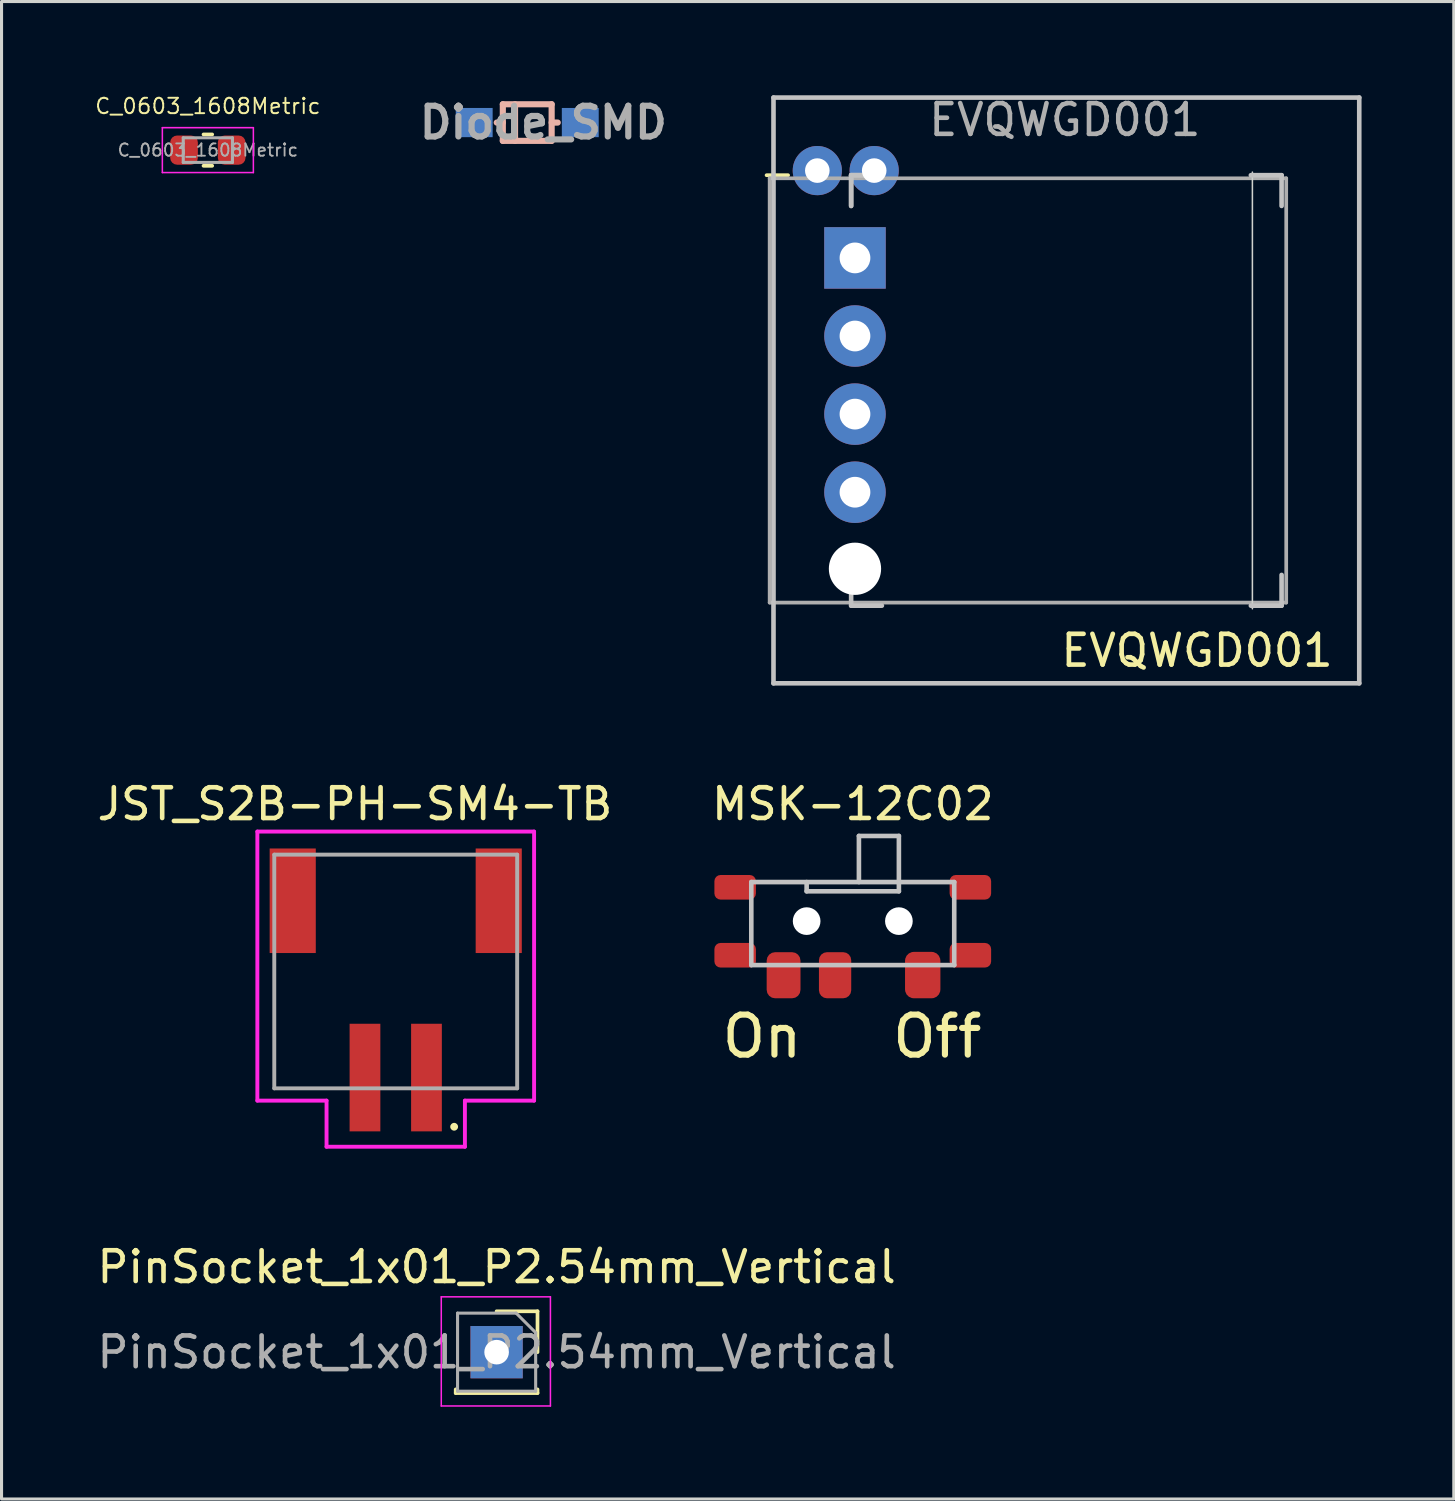
<source format=kicad_pcb>
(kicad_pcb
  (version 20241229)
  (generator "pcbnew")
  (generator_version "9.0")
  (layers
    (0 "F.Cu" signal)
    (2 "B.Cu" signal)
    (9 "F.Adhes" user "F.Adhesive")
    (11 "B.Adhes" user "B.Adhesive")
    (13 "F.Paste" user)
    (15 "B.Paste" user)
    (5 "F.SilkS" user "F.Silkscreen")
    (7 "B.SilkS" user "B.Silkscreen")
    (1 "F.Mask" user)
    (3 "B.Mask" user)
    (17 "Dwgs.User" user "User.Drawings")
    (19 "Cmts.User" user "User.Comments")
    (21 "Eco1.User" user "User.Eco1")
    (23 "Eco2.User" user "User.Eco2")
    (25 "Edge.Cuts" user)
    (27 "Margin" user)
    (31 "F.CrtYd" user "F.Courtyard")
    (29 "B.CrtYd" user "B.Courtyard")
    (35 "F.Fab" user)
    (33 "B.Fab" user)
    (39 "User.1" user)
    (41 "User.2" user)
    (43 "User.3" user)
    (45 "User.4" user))
  (footprint "MSK-12C02"
    (layer "F.Cu")
    (at 24.684 26.907)
    (property "Reference" "MSK-12C02" (at 0 -3.81 0) (layer "F.SilkS") (effects (font (size 1 1) (thickness 0.15))))
    (attr smd)
    (fp_line (start -3.3 -1.27) (end -3.3 1.43) (stroke (width 0.15) (type solid)) (layer "Dwgs.User"))
    (fp_line (start -1.5 -0.97) (end -1.5 -1.27) (stroke (width 0.15) (type solid)) (layer "Dwgs.User"))
    (fp_line (start -1.5 -0.97) (end 1.5 -0.97) (stroke (width 0.15) (type solid)) (layer "Dwgs.User"))
    (fp_line (start 0.2 -2.77) (end 1.5 -2.77) (stroke (width 0.15) (type solid)) (layer "Dwgs.User"))
    (fp_line (start 0.2 -1.27) (end 0.2 -2.77) (stroke (width 0.15) (type solid)) (layer "Dwgs.User"))
    (fp_line (start 1.5 -2.77) (end 1.5 -1.27) (stroke (width 0.15) (type solid)) (layer "Dwgs.User"))
    (fp_line (start 1.5 -0.97) (end 1.5 -1.27) (stroke (width 0.15) (type solid)) (layer "Dwgs.User"))
    (fp_line (start 3.3 -1.27) (end -3.3 -1.27) (stroke (width 0.15) (type solid)) (layer "Dwgs.User"))
    (fp_line (start 3.3 -1.27) (end 3.3 1.43) (stroke (width 0.15) (type solid)) (layer "Dwgs.User"))
    (fp_line (start 3.3 1.43) (end -3.3 1.43) (stroke (width 0.15) (type solid)) (layer "Dwgs.User"))
    (fp_text user "On" (at -2.95 3.75 0) (unlocked yes) (layer "F.SilkS") (effects (font (size 1.3 1.3) (thickness 0.2))))
    (fp_text user "Off" (at 2.75 3.75 0) (unlocked yes) (layer "F.SilkS") (effects (font (size 1.3 1.3) (thickness 0.2))))
    (pad "" smd roundrect (at -3.825 -1.1 180) (size 1.35 0.8) (layers "F.Cu" "F.Mask" "F.Paste") (roundrect_rratio 0.25))
    (pad "" smd roundrect (at -3.825 1.11 180) (size 1.35 0.8) (layers "F.Cu" "F.Mask" "F.Paste") (roundrect_rratio 0.25))
    (pad "" np_thru_hole circle (at -1.5 0 180) (size 0.9 0.9) (drill 0.9) (layers "*.Cu" "*.Mask"))
    (pad "" np_thru_hole circle (at 1.5 0 180) (size 0.9 0.9) (drill 0.9) (layers "*.Cu" "*.Mask"))
    (pad "" smd roundrect (at 3.825 -1.1 180) (size 1.35 0.8) (layers "F.Cu" "F.Mask" "F.Paste") (roundrect_rratio 0.25))
    (pad "" smd roundrect (at 3.825 1.11 180) (size 1.35 0.8) (layers "F.Cu" "F.Mask" "F.Paste") (roundrect_rratio 0.25))
    (pad "1" smd roundrect (at 2.275 1.755 180) (size 1.15 1.51) (layers "F.Cu" "F.Mask" "F.Paste") (roundrect_rratio 0.25))
    (pad "2" smd roundrect (at -0.575 1.76 180) (size 1.05 1.5) (layers "F.Cu" "F.Mask" "F.Paste") (roundrect_rratio 0.25))
    (pad "3" smd roundrect (at -2.25 1.76 180) (size 1.1 1.5) (layers "F.Cu" "F.Mask" "F.Paste") (roundrect_rratio 0.25)))
  (footprint "PinSocket_1x01_P2.54mm_Vertical"
    (layer "F.Cu")
    (at 13.101 40.926)
    (property "Reference" "PinSocket_1x01_P2.54mm_Vertical" (at 0 -2.77 0) (layer "F.SilkS") (effects (font (size 1 1) (thickness 0.15))))
    (attr through_hole)
    (fp_line (start -1.33 1.21) (end -1.33 1.33) (stroke (width 0.12) (type solid)) (layer "F.SilkS"))
    (fp_line (start -1.33 1.33) (end 1.33 1.33) (stroke (width 0.12) (type solid)) (layer "F.SilkS"))
    (fp_line (start 0 -1.33) (end 1.33 -1.33) (stroke (width 0.12) (type solid)) (layer "F.SilkS"))
    (fp_line (start 1.33 -1.33) (end 1.33 0) (stroke (width 0.12) (type solid)) (layer "F.SilkS"))
    (fp_line (start 1.33 1.21) (end 1.33 1.33) (stroke (width 0.12) (type solid)) (layer "F.SilkS"))
    (fp_line (start -1.8 -1.8) (end 1.75 -1.8) (stroke (width 0.05) (type solid)) (layer "F.CrtYd"))
    (fp_line (start -1.8 1.75) (end -1.8 -1.8) (stroke (width 0.05) (type solid)) (layer "F.CrtYd"))
    (fp_line (start 1.75 -1.8) (end 1.75 1.75) (stroke (width 0.05) (type solid)) (layer "F.CrtYd"))
    (fp_line (start 1.75 1.75) (end -1.8 1.75) (stroke (width 0.05) (type solid)) (layer "F.CrtYd"))
    (fp_line (start -1.27 -1.27) (end 0.635 -1.27) (stroke (width 0.1) (type solid)) (layer "F.Fab"))
    (fp_line (start -1.27 1.27) (end -1.27 -1.27) (stroke (width 0.1) (type solid)) (layer "F.Fab"))
    (fp_line (start 0.635 -1.27) (end 1.27 -0.635) (stroke (width 0.1) (type solid)) (layer "F.Fab"))
    (fp_line (start 1.27 -0.635) (end 1.27 1.27) (stroke (width 0.1) (type solid)) (layer "F.Fab"))
    (fp_line (start 1.27 1.27) (end -1.27 1.27) (stroke (width 0.1) (type solid)) (layer "F.Fab"))
    (fp_text user "${REFERENCE}" (at 0 0 0) (layer "F.Fab") (effects (font (size 1 1) (thickness 0.15))))
    (pad "1" thru_hole rect (at 0 0) (size 1.7 1.7) (drill 0.8) (layers "*.Cu" "*.Mask")))
  (footprint "C_0603_1608Metric"
    (layer "F.Cu")
    (at 3.71 1.832)
    (property "Reference" "C_0603_1608Metric" (at 0 -1.43 0) (layer "F.SilkS") (effects (font (size 0.5 0.5) (thickness 0.062))))
    (attr smd)
    (fp_line (start -0.141 -0.51) (end 0.141 -0.51) (stroke (width 0.12) (type solid)) (layer "F.SilkS"))
    (fp_line (start -0.141 0.51) (end 0.141 0.51) (stroke (width 0.12) (type solid)) (layer "F.SilkS"))
    (fp_line (start -1.48 -0.73) (end 1.48 -0.73) (stroke (width 0.05) (type solid)) (layer "F.CrtYd"))
    (fp_line (start -1.48 0.73) (end -1.48 -0.73) (stroke (width 0.05) (type solid)) (layer "F.CrtYd"))
    (fp_line (start 1.48 -0.73) (end 1.48 0.73) (stroke (width 0.05) (type solid)) (layer "F.CrtYd"))
    (fp_line (start 1.48 0.73) (end -1.48 0.73) (stroke (width 0.05) (type solid)) (layer "F.CrtYd"))
    (fp_line (start -0.8 -0.4) (end 0.8 -0.4) (stroke (width 0.1) (type solid)) (layer "F.Fab"))
    (fp_line (start -0.8 0.4) (end -0.8 -0.4) (stroke (width 0.1) (type solid)) (layer "F.Fab"))
    (fp_line (start 0.8 -0.4) (end 0.8 0.4) (stroke (width 0.1) (type solid)) (layer "F.Fab"))
    (fp_line (start 0.8 0.4) (end -0.8 0.4) (stroke (width 0.1) (type solid)) (layer "F.Fab"))
    (fp_text user "${REFERENCE}" (at 0 0 0) (layer "F.Fab") (effects (font (size 0.4 0.4) (thickness 0.06))))
    (pad "1" smd roundrect (at -0.775 0) (size 0.9 0.95) (layers "F.Cu" "F.Mask" "F.Paste") (roundrect_rratio 0.25))
    (pad "2" smd roundrect (at 0.775 0) (size 0.9 0.95) (layers "F.Cu" "F.Mask" "F.Paste") (roundrect_rratio 0.25)))
  (footprint "JST_S2B-PH-SM4-TB"
    (layer "F.Cu")
    (at 9.82 31.995)
    (property "Reference" "JST_S2B-PH-SM4-TB" (at -1.327 -8.897 0) (layer "F.SilkS") (effects (font (size 1.001 1.001) (thickness 0.15))))
    (attr smd)
    (fp_circle (center 1.9 1.6) (end 2.027 1.6) (stroke (width 0) (type solid)) (fill yes) (layer "F.SilkS"))
    (fp_line (start -4.5 -8) (end 4.5 -8) (stroke (width 0.127) (type solid)) (layer "F.CrtYd"))
    (fp_line (start -4.5 0.75) (end -4.5 -8) (stroke (width 0.127) (type solid)) (layer "F.CrtYd"))
    (fp_line (start -2.25 0.75) (end -4.5 0.75) (stroke (width 0.127) (type solid)) (layer "F.CrtYd"))
    (fp_line (start -2.25 2.25) (end -2.25 0.75) (stroke (width 0.127) (type solid)) (layer "F.CrtYd"))
    (fp_line (start 2.25 0.75) (end 2.25 2.25) (stroke (width 0.127) (type solid)) (layer "F.CrtYd"))
    (fp_line (start 2.25 2.25) (end -2.25 2.25) (stroke (width 0.127) (type solid)) (layer "F.CrtYd"))
    (fp_line (start 4.5 -8) (end 4.5 0.75) (stroke (width 0.127) (type solid)) (layer "F.CrtYd"))
    (fp_line (start 4.5 0.75) (end 2.25 0.75) (stroke (width 0.127) (type solid)) (layer "F.CrtYd"))
    (fp_line (start -3.95 -7.25) (end -3.95 0.35) (stroke (width 0.127) (type solid)) (layer "F.Fab"))
    (fp_line (start -3.95 0.35) (end 3.95 0.35) (stroke (width 0.127) (type solid)) (layer "F.Fab"))
    (fp_line (start 3.95 -7.25) (end -3.95 -7.25) (stroke (width 0.127) (type solid)) (layer "F.Fab"))
    (fp_line (start 3.95 0.35) (end 3.95 -7.25) (stroke (width 0.127) (type solid)) (layer "F.Fab"))
    (pad "1" smd rect (at 1 0) (size 1 3.5) (layers "F.Cu" "F.Mask" "F.Paste"))
    (pad "2" smd rect (at -1 0) (size 1 3.5) (layers "F.Cu" "F.Mask" "F.Paste"))
    (pad "P1" smd rect (at 3.35 -5.75) (size 1.5 3.4) (layers "F.Cu" "F.Mask" "F.Paste"))
    (pad "P2" smd rect (at -3.35 -5.75) (size 1.5 3.4) (layers "F.Cu" "F.Mask" "F.Paste")))
  (footprint "EVQWGD001"
    (layer "F.Cu")
    (at 31.641 9.648)
    (property "Reference" "EVQWGD001" (at 4.24 8.46 0) (layer "F.SilkS") (effects (font (size 1 1) (thickness 0.15))))
    (attr through_hole)
    (fp_line (start -9.76 -7) (end -9.06 -7) (stroke (width 0.12) (type solid)) (layer "F.SilkS"))
    (fp_line (start -9.535 -9.525) (end 9.515 -9.525) (stroke (width 0.15) (type solid)) (layer "Dwgs.User"))
    (fp_line (start -9.535 9.525) (end -9.535 -9.525) (stroke (width 0.15) (type solid)) (layer "Dwgs.User"))
    (fp_line (start -7.01 -7) (end -6.01 -7) (stroke (width 0.15) (type solid)) (layer "Dwgs.User"))
    (fp_line (start -7.01 -7) (end -6.01 -7) (stroke (width 0.15) (type solid)) (layer "Dwgs.User"))
    (fp_line (start -7.01 -6) (end -7.01 -7) (stroke (width 0.15) (type solid)) (layer "Dwgs.User"))
    (fp_line (start -7.01 -6) (end -7.01 -7) (stroke (width 0.15) (type solid)) (layer "Dwgs.User"))
    (fp_line (start -7.01 6) (end -7.01 7) (stroke (width 0.15) (type solid)) (layer "Dwgs.User"))
    (fp_line (start -7.01 7) (end -6.01 7) (stroke (width 0.15) (type solid)) (layer "Dwgs.User"))
    (fp_line (start 5.99 -7) (end 6.99 -7) (stroke (width 0.15) (type solid)) (layer "Dwgs.User"))
    (fp_line (start 5.99 7) (end 6.99 7) (stroke (width 0.15) (type solid)) (layer "Dwgs.User"))
    (fp_line (start 6.99 -7) (end 6.99 -6) (stroke (width 0.15) (type solid)) (layer "Dwgs.User"))
    (fp_line (start 6.99 7) (end 6.99 6) (stroke (width 0.15) (type solid)) (layer "Dwgs.User"))
    (fp_line (start 9.515 -9.525) (end 9.515 9.525) (stroke (width 0.15) (type solid)) (layer "Dwgs.User"))
    (fp_line (start 9.515 9.525) (end -9.535 9.525) (stroke (width 0.15) (type solid)) (layer "Dwgs.User"))
    (fp_line (start 6.04 -7.1) (end 6.04 7.1) (stroke (width 0.05) (type solid)) (layer "Edge.Cuts"))
    (fp_line (start -9.66 -6.9) (end 7.14 -6.9) (stroke (width 0.12) (type solid)) (layer "F.Fab"))
    (fp_line (start -9.66 6.9) (end -9.66 -6.9) (stroke (width 0.12) (type solid)) (layer "F.Fab"))
    (fp_line (start 7.14 -6.9) (end 7.14 6.9) (stroke (width 0.12) (type solid)) (layer "F.Fab"))
    (fp_line (start 7.14 6.9) (end -9.66 6.9) (stroke (width 0.12) (type solid)) (layer "F.Fab"))
    (fp_text user "${REFERENCE}" (at -0.06 -8.8 0) (unlocked yes) (layer "F.Fab") (effects (font (size 1 1) (thickness 0.15))))
    (pad "" np_thru_hole circle (at -6.885 5.8) (size 1.7 1.7) (drill 1.7) (layers "*.Cu" "*.Mask"))
    (pad "A" thru_hole rect (at -6.885 -4.31) (size 2 2) (drill 1) (layers "*.Cu" "*.Mask"))
    (pad "B" thru_hole circle (at -6.885 -1.77) (size 2 2) (drill 1) (layers "*.Cu" "*.Mask"))
    (pad "C" thru_hole circle (at -6.885 0.77) (size 2 2) (drill 1) (layers "*.Cu" "*.Mask"))
    (pad "D" thru_hole circle (at -6.885 3.31) (size 2 2) (drill 1) (layers "*.Cu" "*.Mask"))
    (pad "S1" thru_hole circle (at -8.11 -7.15) (size 1.6 1.6) (drill 0.8) (layers "*.Cu" "*.Mask"))
    (pad "S2" thru_hole circle (at -6.26 -7.15) (size 1.6 1.6) (drill 0.8) (layers "*.Cu" "*.Mask")))
  (footprint "Diode_SMD"
    (layer "F.Cu")
    (at 11.319 0.936)
    (property "Reference" "Diode_SMD" (at 3.302 0 0) (layer "F.Fab") (effects (font (size 1 1) (thickness 0.2))))
    (attr smd)
    (fp_line (start 1.786 0) (end 1.984 0) (stroke (width 0.2) (type solid)) (layer "B.SilkS"))
    (fp_line (start 1.984 -0.595) (end 1.984 0.595) (stroke (width 0.2) (type solid)) (layer "B.SilkS"))
    (fp_line (start 1.984 0.595) (end 3.572 0.595) (stroke (width 0.2) (type solid)) (layer "B.SilkS"))
    (fp_line (start 2.381 0.595) (end 2.381 -0.595) (stroke (width 0.2) (type solid)) (layer "B.SilkS"))
    (fp_line (start 3.572 -0.595) (end 1.984 -0.595) (stroke (width 0.2) (type solid)) (layer "B.SilkS"))
    (fp_line (start 3.572 0) (end 3.77 0) (stroke (width 0.2) (type solid)) (layer "B.SilkS"))
    (fp_line (start 3.572 0.595) (end 3.572 -0.595) (stroke (width 0.2) (type solid)) (layer "B.SilkS"))
    (pad "1" smd rect (at 1.053 0) (size 1.2 0.95) (layers "B.Cu" "B.Mask" "B.Paste"))
    (pad "2" smd rect (at 4.503 0) (size 1.2 0.95) (layers "B.Cu" "B.Mask" "B.Paste")))
  (gr_rect
    (start -3 -3)
    (end 44.231 45.701)
    (stroke (width 0.1) (type default))
    (fill no)
    (layer "Edge.Cuts")))
</source>
